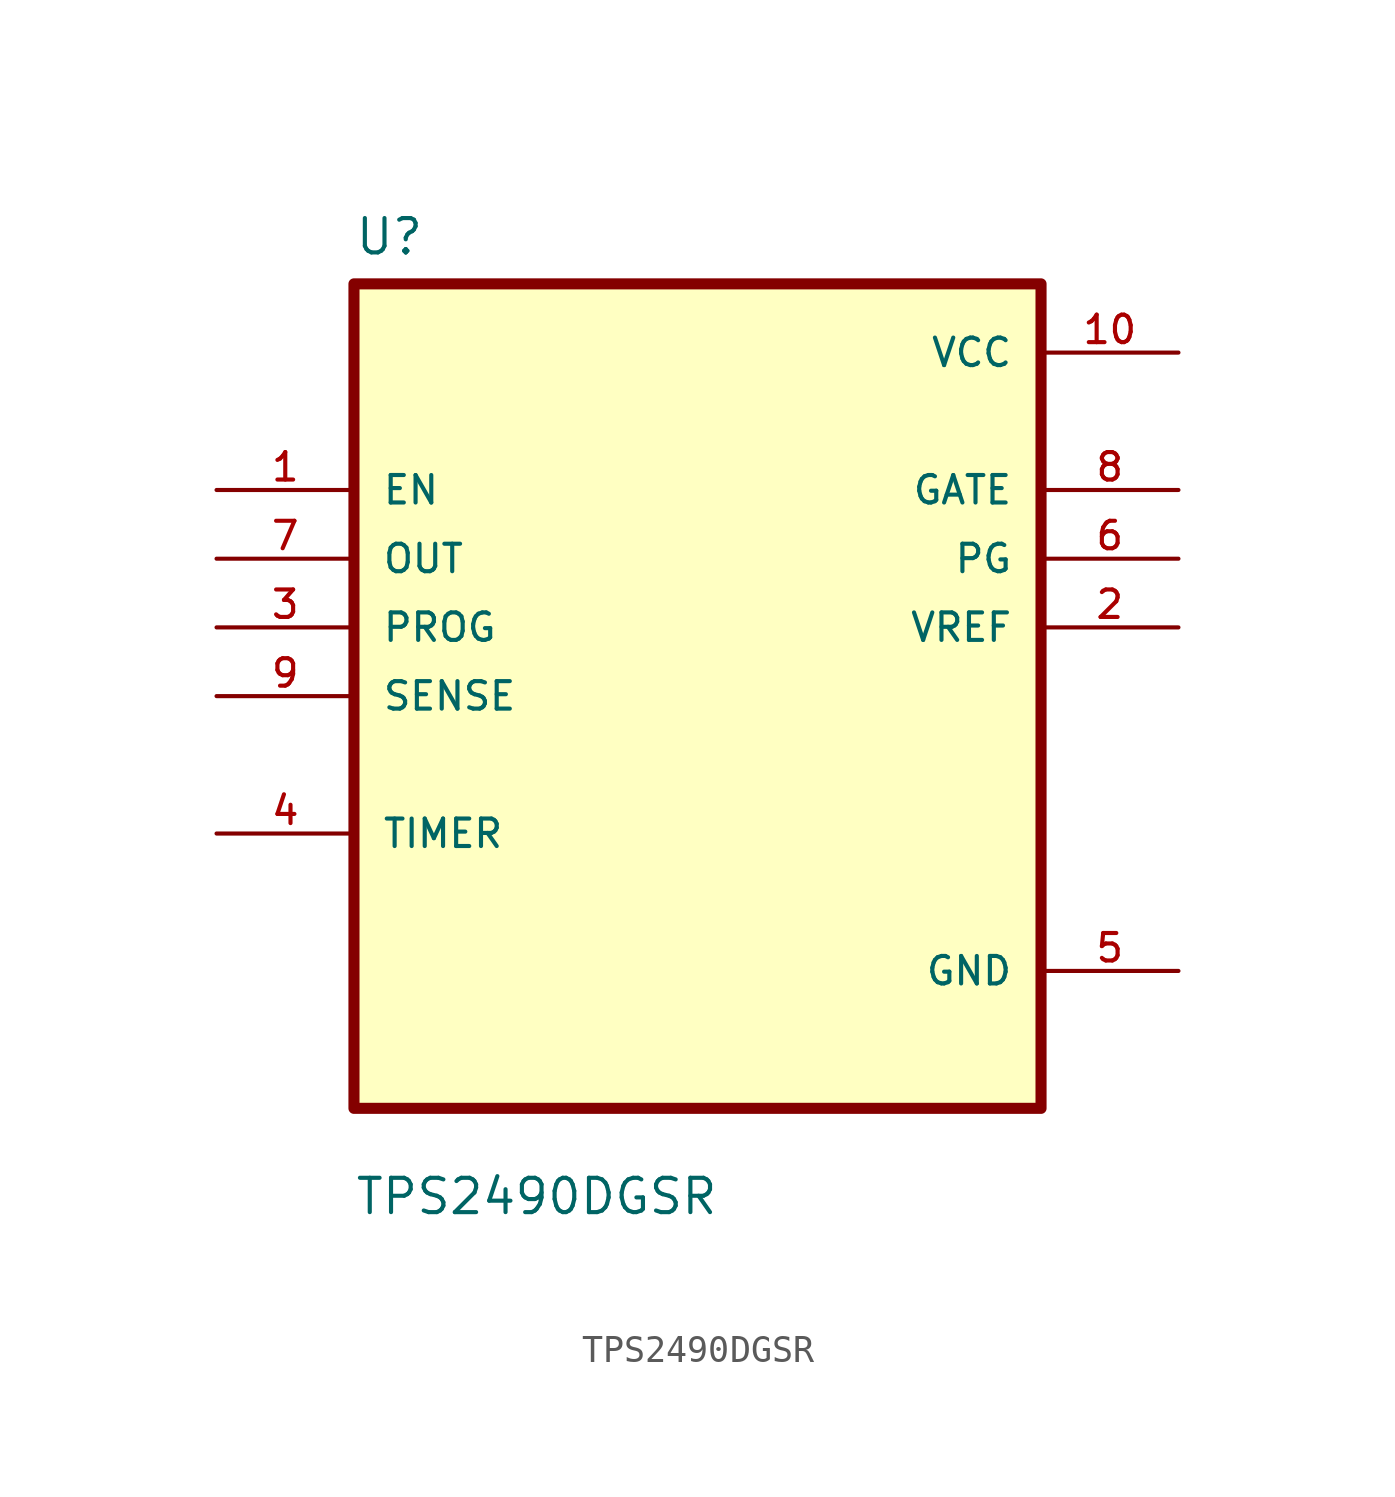
<source format=kicad_sym>
(kicad_symbol_lib
  (version 20211014)
  (generator kicad_symbol_editor)
  (symbol "TPS2490DGSR"
    (pin_names
      (offset 1.016))
    (property "Reference" "U"
      (at -12.7 16.24 0.0)
      (effects (font (size 1.27 1.27)) (justify bottom left)))
    (property "Value" "TPS2490DGSR"
      (at -12.7 -19.24 0.0)
      (effects (font (size 1.27 1.27)) (justify bottom left)))
    (symbol "TPS2490DGSR_0_0"
      (rectangle (start -12.7 -15.24) (end 12.7 15.24) (stroke (width 0.41)) (fill (type background)))
      (pin input line (at -17.78 7.62 0) (length 5.08) (name "EN" (effects (font (size 1.016 1.016)))) (number "1" (effects (font (size 1.016 1.016)))))
      (pin input line (at -17.78 5.08 0) (length 5.08) (name "OUT" (effects (font (size 1.016 1.016)))) (number "7" (effects (font (size 1.016 1.016)))))
      (pin input line (at -17.78 2.54 0) (length 5.08) (name "PROG" (effects (font (size 1.016 1.016)))) (number "3" (effects (font (size 1.016 1.016)))))
      (pin input line (at -17.78 0.0 0) (length 5.08) (name "SENSE" (effects (font (size 1.016 1.016)))) (number "9" (effects (font (size 1.016 1.016)))))
      (pin bidirectional line (at -17.78 -5.08 0) (length 5.08) (name "TIMER" (effects (font (size 1.016 1.016)))) (number "4" (effects (font (size 1.016 1.016)))))
      (pin power_in line (at 17.78 12.7 180.0) (length 5.08) (name "VCC" (effects (font (size 1.016 1.016)))) (number "10" (effects (font (size 1.016 1.016)))))
      (pin output line (at 17.78 7.62 180.0) (length 5.08) (name "GATE" (effects (font (size 1.016 1.016)))) (number "8" (effects (font (size 1.016 1.016)))))
      (pin output line (at 17.78 5.08 180.0) (length 5.08) (name "PG" (effects (font (size 1.016 1.016)))) (number "6" (effects (font (size 1.016 1.016)))))
      (pin output line (at 17.78 2.54 180.0) (length 5.08) (name "VREF" (effects (font (size 1.016 1.016)))) (number "2" (effects (font (size 1.016 1.016)))))
      (pin power_in line (at 17.78 -10.16 180.0) (length 5.08) (name "GND" (effects (font (size 1.016 1.016)))) (number "5" (effects (font (size 1.016 1.016))))))))
</source>
